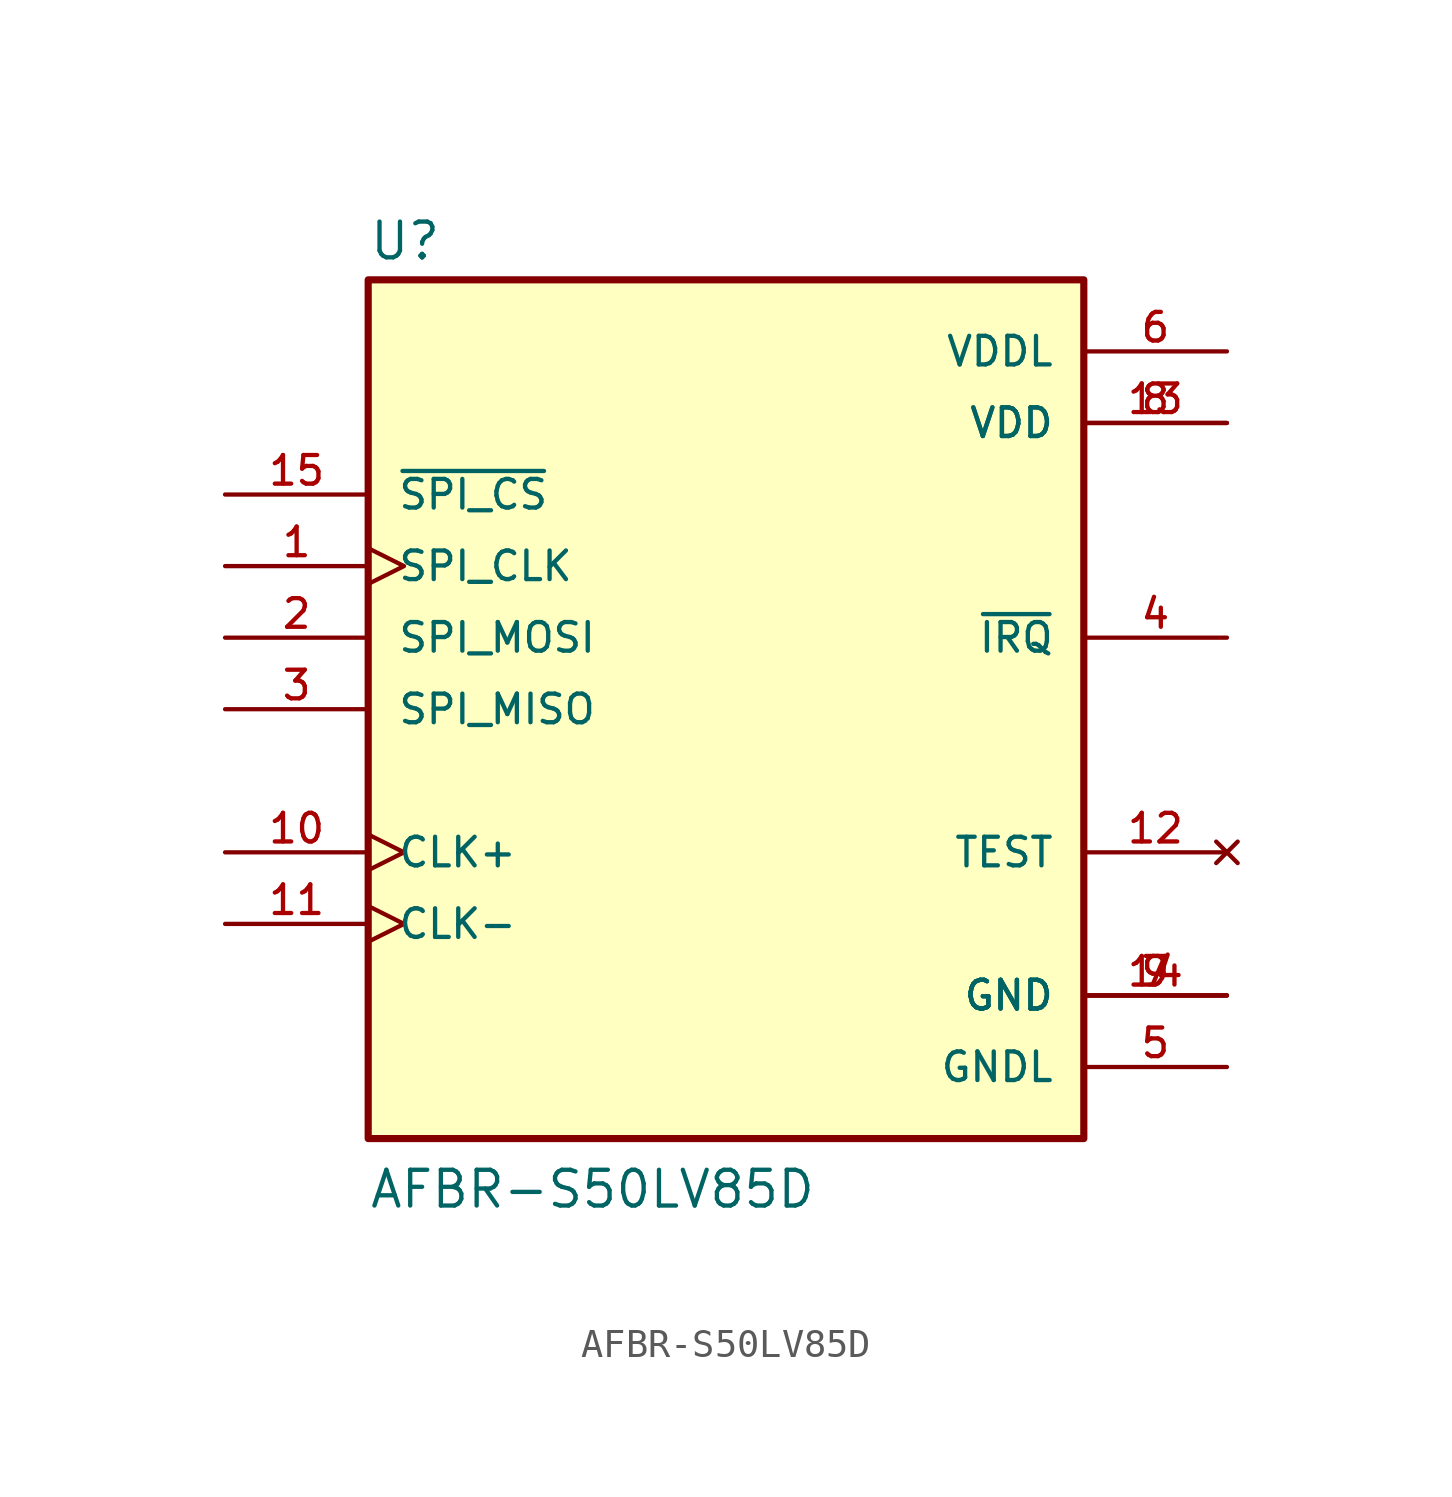
<source format=kicad_sym>
(kicad_symbol_lib
  (version 20231120)
  (generator "kicad_symbol_editor")
  (generator_version "8.0")
  (symbol "AFBR-S50LV85D"
    (pin_names
      (offset 1.016))
    (property "Reference" "U"
      (at -12.7 15.875 0)
      (effects (font (size 1.27 1.27)) (justify left bottom)))
    (property "Value" "AFBR-S50LV85D"
      (at -12.7 -17.78 0)
      (effects (font (size 1.27 1.27)) (justify left bottom)))
    (symbol "AFBR-S50LV85D_0_0"
      (rectangle (start -12.7 -15.24) (end 12.7 15.24) (stroke (width 0.254) (type default)) (fill (type background)))
      (pin input clock (at -17.78 5.08 0) (length 5.08) (name "SPI_CLK" (effects (font (size 1.016 1.016)))) (number "1" (effects (font (size 1.016 1.016)))))
      (pin bidirectional clock (at -17.78 -5.08 0) (length 5.08) (name "CLK+" (effects (font (size 1.016 1.016)))) (number "10" (effects (font (size 1.016 1.016)))))
      (pin bidirectional clock (at -17.78 -7.62 0) (length 5.08) (name "CLK-" (effects (font (size 1.016 1.016)))) (number "11" (effects (font (size 1.016 1.016)))))
      (pin no_connect line (at 17.78 -5.08 180) (length 5.08) (name "TEST" (effects (font (size 1.016 1.016)))) (number "12" (effects (font (size 1.016 1.016)))))
      (pin power_in line (at 17.78 10.16 180) (length 5.08) (name "VDD" (effects (font (size 1.016 1.016)))) (number "13" (effects (font (size 1.016 1.016)))))
      (pin power_in line (at 17.78 -10.16 180) (length 5.08) (name "GND" (effects (font (size 1.016 1.016)))) (number "14" (effects (font (size 1.016 1.016)))))
      (pin input line (at -17.78 7.62 0) (length 5.08) (name "~{SPI_CS}" (effects (font (size 1.016 1.016)))) (number "15" (effects (font (size 1.016 1.016)))))
      (pin input line (at -17.78 2.54 0) (length 5.08) (name "SPI_MOSI" (effects (font (size 1.016 1.016)))) (number "2" (effects (font (size 1.016 1.016)))))
      (pin output line (at -17.78 0 0) (length 5.08) (name "SPI_MISO" (effects (font (size 1.016 1.016)))) (number "3" (effects (font (size 1.016 1.016)))))
      (pin output line (at 17.78 2.54 180) (length 5.08) (name "~{IRQ}" (effects (font (size 1.016 1.016)))) (number "4" (effects (font (size 1.016 1.016)))))
      (pin power_in line (at 17.78 -12.7 180) (length 5.08) (name "GNDL" (effects (font (size 1.016 1.016)))) (number "5" (effects (font (size 1.016 1.016)))))
      (pin power_in line (at 17.78 12.7 180) (length 5.08) (name "VDDL" (effects (font (size 1.016 1.016)))) (number "6" (effects (font (size 1.016 1.016)))))
      (pin power_in line (at 17.78 -10.16 180) (length 5.08) (name "GND" (effects (font (size 1.016 1.016)))) (number "7" (effects (font (size 1.016 1.016)))))
      (pin power_in line (at 17.78 10.16 180) (length 5.08) (name "VDD" (effects (font (size 1.016 1.016)))) (number "8" (effects (font (size 1.016 1.016)))))
      (pin power_in line (at 17.78 -10.16 180) (length 5.08) (name "GND" (effects (font (size 1.016 1.016)))) (number "9" (effects (font (size 1.016 1.016))))))))
</source>
